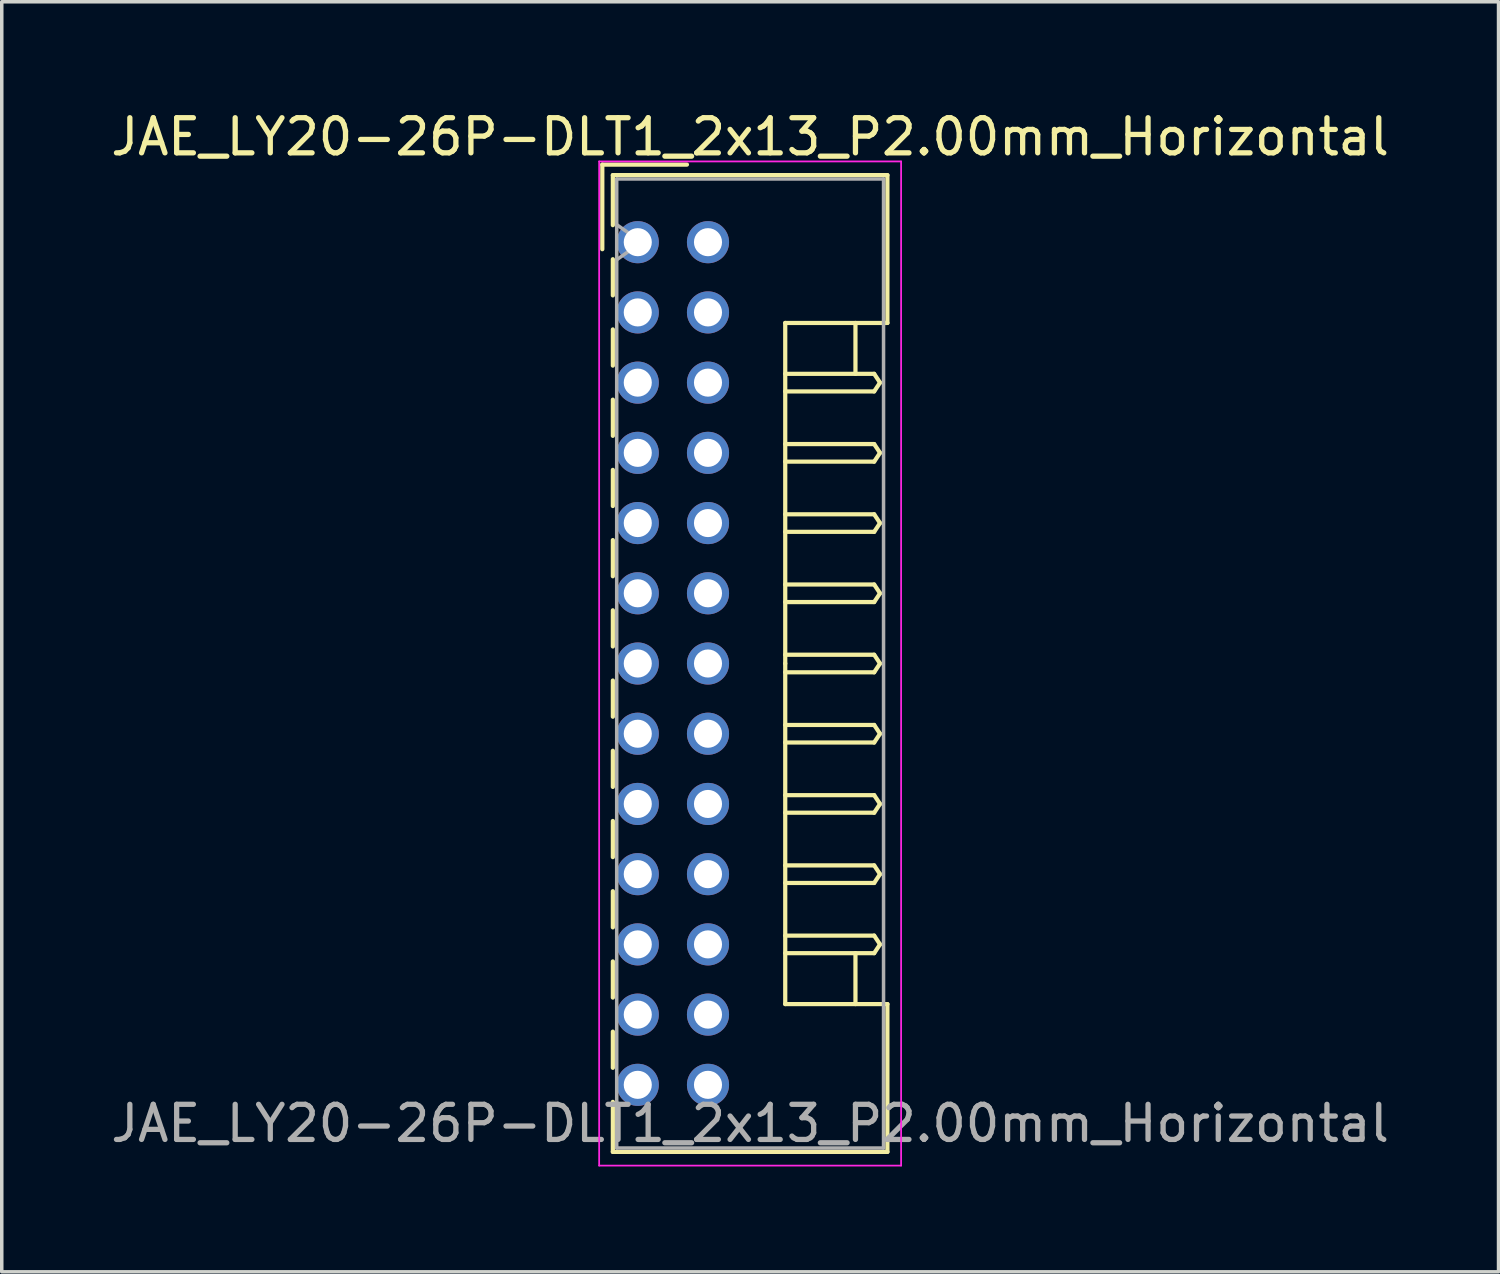
<source format=kicad_pcb>
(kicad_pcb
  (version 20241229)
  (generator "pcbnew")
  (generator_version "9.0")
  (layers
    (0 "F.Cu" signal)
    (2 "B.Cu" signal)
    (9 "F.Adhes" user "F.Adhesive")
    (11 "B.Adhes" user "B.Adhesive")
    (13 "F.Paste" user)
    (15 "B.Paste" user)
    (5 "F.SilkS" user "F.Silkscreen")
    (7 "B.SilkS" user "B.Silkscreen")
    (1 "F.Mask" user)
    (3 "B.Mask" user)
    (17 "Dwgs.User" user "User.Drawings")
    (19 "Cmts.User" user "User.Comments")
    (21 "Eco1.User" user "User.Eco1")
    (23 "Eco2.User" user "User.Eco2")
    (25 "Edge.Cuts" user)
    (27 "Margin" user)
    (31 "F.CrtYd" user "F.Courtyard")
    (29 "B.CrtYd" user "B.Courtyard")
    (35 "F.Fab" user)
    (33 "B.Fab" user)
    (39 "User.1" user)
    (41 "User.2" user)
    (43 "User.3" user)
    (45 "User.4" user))
  (footprint "JAE_LY20-26P-DLT1_2x13_P2.00mm_Horizontal"
    (layer "F.Cu")
    (at 15.115 3.848)
    (property "Reference" "JAE_LY20-26P-DLT1_2x13_P2.00mm_Horizontal" (at 3.2 -3 0) (layer "F.SilkS") (effects (font (size 1 1) (thickness 0.15))))
    (attr through_hole)
    (fp_line (start -1.01 -2.21) (end -1.01 0.2) (stroke (width 0.12) (type solid)) (layer "F.SilkS"))
    (fp_line (start -0.71 -1.91) (end 7.11 -1.91) (stroke (width 0.12) (type solid)) (layer "F.SilkS"))
    (fp_line (start -0.71 -0.485) (end -0.71 -1.91) (stroke (width 0.12) (type solid)) (layer "F.SilkS"))
    (fp_line (start -0.71 0.485) (end -0.71 1.515) (stroke (width 0.12) (type solid)) (layer "F.SilkS"))
    (fp_line (start -0.71 2.485) (end -0.71 3.515) (stroke (width 0.12) (type solid)) (layer "F.SilkS"))
    (fp_line (start -0.71 4.485) (end -0.71 5.515) (stroke (width 0.12) (type solid)) (layer "F.SilkS"))
    (fp_line (start -0.71 6.485) (end -0.71 7.515) (stroke (width 0.12) (type solid)) (layer "F.SilkS"))
    (fp_line (start -0.71 8.485) (end -0.71 9.515) (stroke (width 0.12) (type solid)) (layer "F.SilkS"))
    (fp_line (start -0.71 10.485) (end -0.71 11.515) (stroke (width 0.12) (type solid)) (layer "F.SilkS"))
    (fp_line (start -0.71 12.485) (end -0.71 13.515) (stroke (width 0.12) (type solid)) (layer "F.SilkS"))
    (fp_line (start -0.71 14.485) (end -0.71 15.515) (stroke (width 0.12) (type solid)) (layer "F.SilkS"))
    (fp_line (start -0.71 16.485) (end -0.71 17.515) (stroke (width 0.12) (type solid)) (layer "F.SilkS"))
    (fp_line (start -0.71 18.485) (end -0.71 19.515) (stroke (width 0.12) (type solid)) (layer "F.SilkS"))
    (fp_line (start -0.71 20.485) (end -0.71 21.515) (stroke (width 0.12) (type solid)) (layer "F.SilkS"))
    (fp_line (start -0.71 22.485) (end -0.71 23.515) (stroke (width 0.12) (type solid)) (layer "F.SilkS"))
    (fp_line (start -0.71 24.485) (end -0.71 25.91) (stroke (width 0.12) (type solid)) (layer "F.SilkS"))
    (fp_line (start -0.71 25.91) (end 7.11 25.91) (stroke (width 0.12) (type solid)) (layer "F.SilkS"))
    (fp_line (start 1.4 -2.21) (end -1.01 -2.21) (stroke (width 0.12) (type solid)) (layer "F.SilkS"))
    (fp_line (start 4.2 2.3) (end 4.2 12) (stroke (width 0.12) (type solid)) (layer "F.SilkS"))
    (fp_line (start 4.2 3.75) (end 6.733 3.75) (stroke (width 0.12) (type solid)) (layer "F.SilkS"))
    (fp_line (start 4.2 5.75) (end 6.733 5.75) (stroke (width 0.12) (type solid)) (layer "F.SilkS"))
    (fp_line (start 4.2 7.75) (end 6.733 7.75) (stroke (width 0.12) (type solid)) (layer "F.SilkS"))
    (fp_line (start 4.2 9.75) (end 6.733 9.75) (stroke (width 0.12) (type solid)) (layer "F.SilkS"))
    (fp_line (start 4.2 11.75) (end 6.733 11.75) (stroke (width 0.12) (type solid)) (layer "F.SilkS"))
    (fp_line (start 4.2 13.75) (end 6.733 13.75) (stroke (width 0.12) (type solid)) (layer "F.SilkS"))
    (fp_line (start 4.2 15.75) (end 6.733 15.75) (stroke (width 0.12) (type solid)) (layer "F.SilkS"))
    (fp_line (start 4.2 17.75) (end 6.733 17.75) (stroke (width 0.12) (type solid)) (layer "F.SilkS"))
    (fp_line (start 4.2 19.75) (end 6.733 19.75) (stroke (width 0.12) (type solid)) (layer "F.SilkS"))
    (fp_line (start 4.2 21.7) (end 4.2 12) (stroke (width 0.12) (type solid)) (layer "F.SilkS"))
    (fp_line (start 6.2 2.3) (end 6.2 3.75) (stroke (width 0.12) (type solid)) (layer "F.SilkS"))
    (fp_line (start 6.2 21.7) (end 6.2 20.25) (stroke (width 0.12) (type solid)) (layer "F.SilkS"))
    (fp_line (start 6.733 3.75) (end 6.9 4) (stroke (width 0.12) (type solid)) (layer "F.SilkS"))
    (fp_line (start 6.733 4.25) (end 4.2 4.25) (stroke (width 0.12) (type solid)) (layer "F.SilkS"))
    (fp_line (start 6.733 5.75) (end 6.9 6) (stroke (width 0.12) (type solid)) (layer "F.SilkS"))
    (fp_line (start 6.733 6.25) (end 4.2 6.25) (stroke (width 0.12) (type solid)) (layer "F.SilkS"))
    (fp_line (start 6.733 7.75) (end 6.9 8) (stroke (width 0.12) (type solid)) (layer "F.SilkS"))
    (fp_line (start 6.733 8.25) (end 4.2 8.25) (stroke (width 0.12) (type solid)) (layer "F.SilkS"))
    (fp_line (start 6.733 9.75) (end 6.9 10) (stroke (width 0.12) (type solid)) (layer "F.SilkS"))
    (fp_line (start 6.733 10.25) (end 4.2 10.25) (stroke (width 0.12) (type solid)) (layer "F.SilkS"))
    (fp_line (start 6.733 11.75) (end 6.9 12) (stroke (width 0.12) (type solid)) (layer "F.SilkS"))
    (fp_line (start 6.733 12.25) (end 4.2 12.25) (stroke (width 0.12) (type solid)) (layer "F.SilkS"))
    (fp_line (start 6.733 13.75) (end 6.9 14) (stroke (width 0.12) (type solid)) (layer "F.SilkS"))
    (fp_line (start 6.733 14.25) (end 4.2 14.25) (stroke (width 0.12) (type solid)) (layer "F.SilkS"))
    (fp_line (start 6.733 15.75) (end 6.9 16) (stroke (width 0.12) (type solid)) (layer "F.SilkS"))
    (fp_line (start 6.733 16.25) (end 4.2 16.25) (stroke (width 0.12) (type solid)) (layer "F.SilkS"))
    (fp_line (start 6.733 17.75) (end 6.9 18) (stroke (width 0.12) (type solid)) (layer "F.SilkS"))
    (fp_line (start 6.733 18.25) (end 4.2 18.25) (stroke (width 0.12) (type solid)) (layer "F.SilkS"))
    (fp_line (start 6.733 19.75) (end 6.9 20) (stroke (width 0.12) (type solid)) (layer "F.SilkS"))
    (fp_line (start 6.733 20.25) (end 4.2 20.25) (stroke (width 0.12) (type solid)) (layer "F.SilkS"))
    (fp_line (start 6.9 4) (end 6.733 4.25) (stroke (width 0.12) (type solid)) (layer "F.SilkS"))
    (fp_line (start 6.9 6) (end 6.733 6.25) (stroke (width 0.12) (type solid)) (layer "F.SilkS"))
    (fp_line (start 6.9 8) (end 6.733 8.25) (stroke (width 0.12) (type solid)) (layer "F.SilkS"))
    (fp_line (start 6.9 10) (end 6.733 10.25) (stroke (width 0.12) (type solid)) (layer "F.SilkS"))
    (fp_line (start 6.9 12) (end 6.733 12.25) (stroke (width 0.12) (type solid)) (layer "F.SilkS"))
    (fp_line (start 6.9 14) (end 6.733 14.25) (stroke (width 0.12) (type solid)) (layer "F.SilkS"))
    (fp_line (start 6.9 16) (end 6.733 16.25) (stroke (width 0.12) (type solid)) (layer "F.SilkS"))
    (fp_line (start 6.9 18) (end 6.733 18.25) (stroke (width 0.12) (type solid)) (layer "F.SilkS"))
    (fp_line (start 6.9 20) (end 6.733 20.25) (stroke (width 0.12) (type solid)) (layer "F.SilkS"))
    (fp_line (start 7.11 -1.91) (end 7.11 2.3) (stroke (width 0.12) (type solid)) (layer "F.SilkS"))
    (fp_line (start 7.11 2.3) (end 4.2 2.3) (stroke (width 0.12) (type solid)) (layer "F.SilkS"))
    (fp_line (start 7.11 21.7) (end 4.2 21.7) (stroke (width 0.12) (type solid)) (layer "F.SilkS"))
    (fp_line (start 7.11 25.91) (end 7.11 21.7) (stroke (width 0.12) (type solid)) (layer "F.SilkS"))
    (fp_line (start -1.1 -2.3) (end -1.1 26.3) (stroke (width 0.05) (type solid)) (layer "F.CrtYd"))
    (fp_line (start -1.1 26.3) (end 7.5 26.3) (stroke (width 0.05) (type solid)) (layer "F.CrtYd"))
    (fp_line (start 7.5 -2.3) (end -1.1 -2.3) (stroke (width 0.05) (type solid)) (layer "F.CrtYd"))
    (fp_line (start 7.5 26.3) (end 7.5 -2.3) (stroke (width 0.05) (type solid)) (layer "F.CrtYd"))
    (fp_line (start -0.6 -1.8) (end -0.6 25.8) (stroke (width 0.1) (type solid)) (layer "F.Fab"))
    (fp_line (start -0.6 0.5) (end 0.107 0) (stroke (width 0.1) (type solid)) (layer "F.Fab"))
    (fp_line (start -0.6 25.8) (end 7 25.8) (stroke (width 0.1) (type solid)) (layer "F.Fab"))
    (fp_line (start 0.107 0) (end -0.6 -0.5) (stroke (width 0.1) (type solid)) (layer "F.Fab"))
    (fp_line (start 7 -1.8) (end -0.6 -1.8) (stroke (width 0.1) (type solid)) (layer "F.Fab"))
    (fp_line (start 7 25.8) (end 7 -1.8) (stroke (width 0.1) (type solid)) (layer "F.Fab"))
    (fp_text user "${REFERENCE}" (at 3.2 25.1 0) (layer "F.Fab") (effects (font (size 1 1) (thickness 0.15))))
    (pad "a1" thru_hole circle (at 0 0) (size 1.2 1.2) (drill 0.8) (layers "*.Cu" "*.Mask"))
    (pad "a2" thru_hole circle (at 0 2) (size 1.2 1.2) (drill 0.8) (layers "*.Cu" "*.Mask"))
    (pad "a3" thru_hole circle (at 0 4) (size 1.2 1.2) (drill 0.8) (layers "*.Cu" "*.Mask"))
    (pad "a4" thru_hole circle (at 0 6) (size 1.2 1.2) (drill 0.8) (layers "*.Cu" "*.Mask"))
    (pad "a5" thru_hole circle (at 0 8) (size 1.2 1.2) (drill 0.8) (layers "*.Cu" "*.Mask"))
    (pad "a6" thru_hole circle (at 0 10) (size 1.2 1.2) (drill 0.8) (layers "*.Cu" "*.Mask"))
    (pad "a7" thru_hole circle (at 0 12) (size 1.2 1.2) (drill 0.8) (layers "*.Cu" "*.Mask"))
    (pad "a8" thru_hole circle (at 0 14) (size 1.2 1.2) (drill 0.8) (layers "*.Cu" "*.Mask"))
    (pad "a9" thru_hole circle (at 0 16) (size 1.2 1.2) (drill 0.8) (layers "*.Cu" "*.Mask"))
    (pad "a10" thru_hole circle (at 0 18) (size 1.2 1.2) (drill 0.8) (layers "*.Cu" "*.Mask"))
    (pad "a11" thru_hole circle (at 0 20) (size 1.2 1.2) (drill 0.8) (layers "*.Cu" "*.Mask"))
    (pad "a12" thru_hole circle (at 0 22) (size 1.2 1.2) (drill 0.8) (layers "*.Cu" "*.Mask"))
    (pad "a13" thru_hole circle (at 0 24) (size 1.2 1.2) (drill 0.8) (layers "*.Cu" "*.Mask"))
    (pad "b1" thru_hole circle (at 2 0) (size 1.2 1.2) (drill 0.8) (layers "*.Cu" "*.Mask"))
    (pad "b2" thru_hole circle (at 2 2) (size 1.2 1.2) (drill 0.8) (layers "*.Cu" "*.Mask"))
    (pad "b3" thru_hole circle (at 2 4) (size 1.2 1.2) (drill 0.8) (layers "*.Cu" "*.Mask"))
    (pad "b4" thru_hole circle (at 2 6) (size 1.2 1.2) (drill 0.8) (layers "*.Cu" "*.Mask"))
    (pad "b5" thru_hole circle (at 2 8) (size 1.2 1.2) (drill 0.8) (layers "*.Cu" "*.Mask"))
    (pad "b6" thru_hole circle (at 2 10) (size 1.2 1.2) (drill 0.8) (layers "*.Cu" "*.Mask"))
    (pad "b7" thru_hole circle (at 2 12) (size 1.2 1.2) (drill 0.8) (layers "*.Cu" "*.Mask"))
    (pad "b8" thru_hole circle (at 2 14) (size 1.2 1.2) (drill 0.8) (layers "*.Cu" "*.Mask"))
    (pad "b9" thru_hole circle (at 2 16) (size 1.2 1.2) (drill 0.8) (layers "*.Cu" "*.Mask"))
    (pad "b10" thru_hole circle (at 2 18) (size 1.2 1.2) (drill 0.8) (layers "*.Cu" "*.Mask"))
    (pad "b11" thru_hole circle (at 2 20) (size 1.2 1.2) (drill 0.8) (layers "*.Cu" "*.Mask"))
    (pad "b12" thru_hole circle (at 2 22) (size 1.2 1.2) (drill 0.8) (layers "*.Cu" "*.Mask"))
    (pad "b13" thru_hole circle (at 2 24) (size 1.2 1.2) (drill 0.8) (layers "*.Cu" "*.Mask")))
  (gr_rect
    (start -3 -3)
    (end 39.631 33.173)
    (stroke (width 0.1) (type default))
    (fill no)
    (layer "Edge.Cuts")))
</source>
